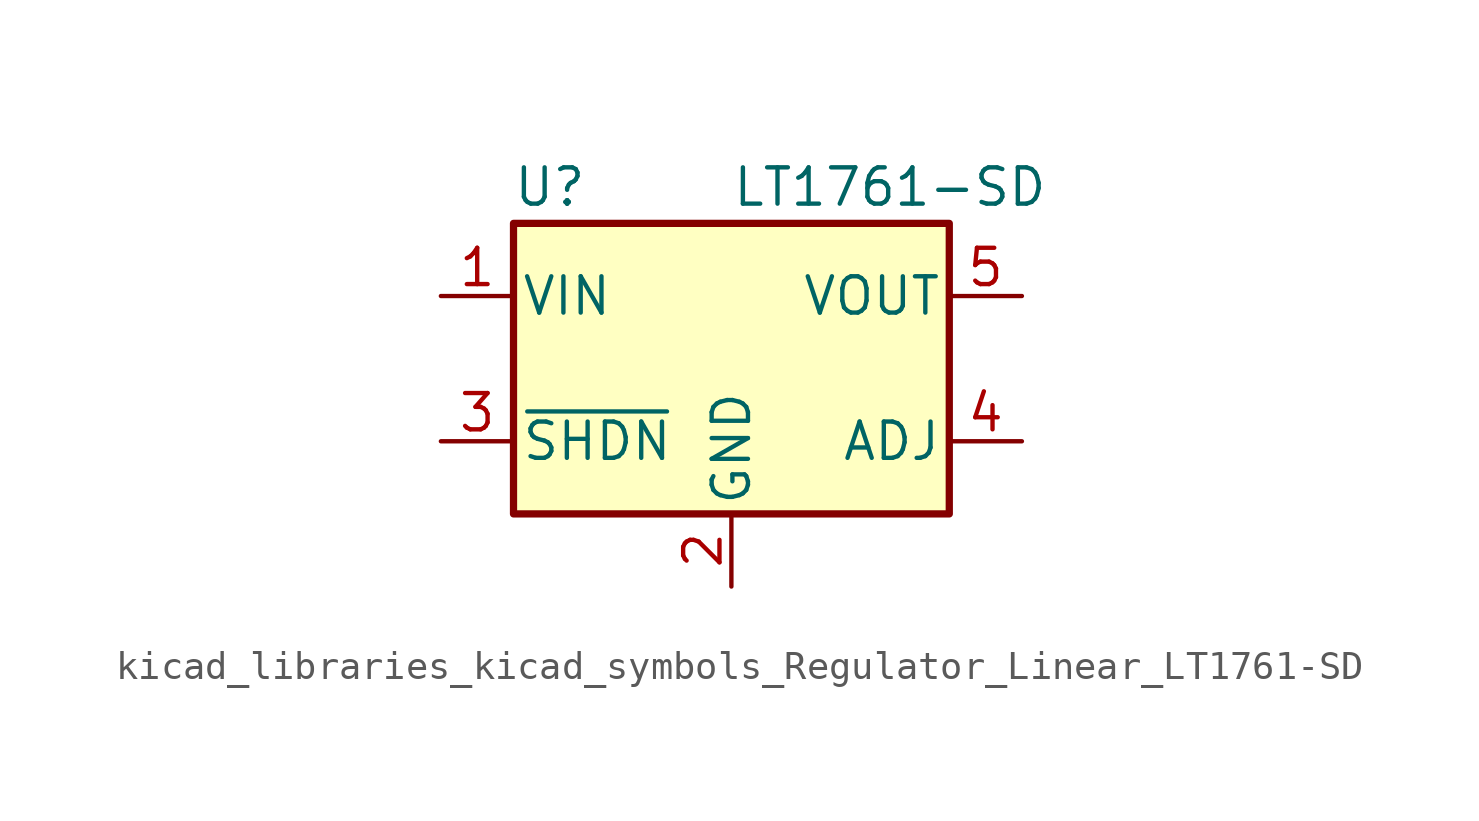
<source format=kicad_sym>
(kicad_symbol_lib
  (version 20220914)
  (generator kicad_symbol_editor)
  (symbol "kicad_libraries_kicad_symbols_Regulator_Linear_LT1761-SD"
    (pin_names
      (offset 0.254))
    (property "Reference" "U"
      (at -6.35 6.35 0)
      (effects (font (size 1.27 1.27))))
    (property "Value" "LT1761-SD"
      (at 0 6.35 0)
      (effects (font (size 1.27 1.27)) (justify left)))
    (symbol "kicad_libraries_kicad_symbols_Regulator_Linear_LT1761-SD_0_1"
      (rectangle (start -7.62 5.08) (end 7.62 -5.08) (stroke (width 0.254) (type default)) (fill (type background))))
    (symbol "kicad_libraries_kicad_symbols_Regulator_Linear_LT1761-SD_1_1"
      (pin power_in line (at -10.16 2.54 0) (length 2.54) (name "VIN" (effects (font (size 1.27 1.27)))) (number "1" (effects (font (size 1.27 1.27)))))
      (pin power_in line (at 0 -7.62 90) (length 2.54) (name "GND" (effects (font (size 1.27 1.27)))) (number "2" (effects (font (size 1.27 1.27)))))
      (pin input line (at -10.16 -2.54 0) (length 2.54) (name "~{SHDN}" (effects (font (size 1.27 1.27)))) (number "3" (effects (font (size 1.27 1.27)))))
      (pin input line (at 10.16 -2.54 180) (length 2.54) (name "ADJ" (effects (font (size 1.27 1.27)))) (number "4" (effects (font (size 1.27 1.27)))))
      (pin power_out line (at 10.16 2.54 180) (length 2.54) (name "VOUT" (effects (font (size 1.27 1.27)))) (number "5" (effects (font (size 1.27 1.27))))))))
</source>
